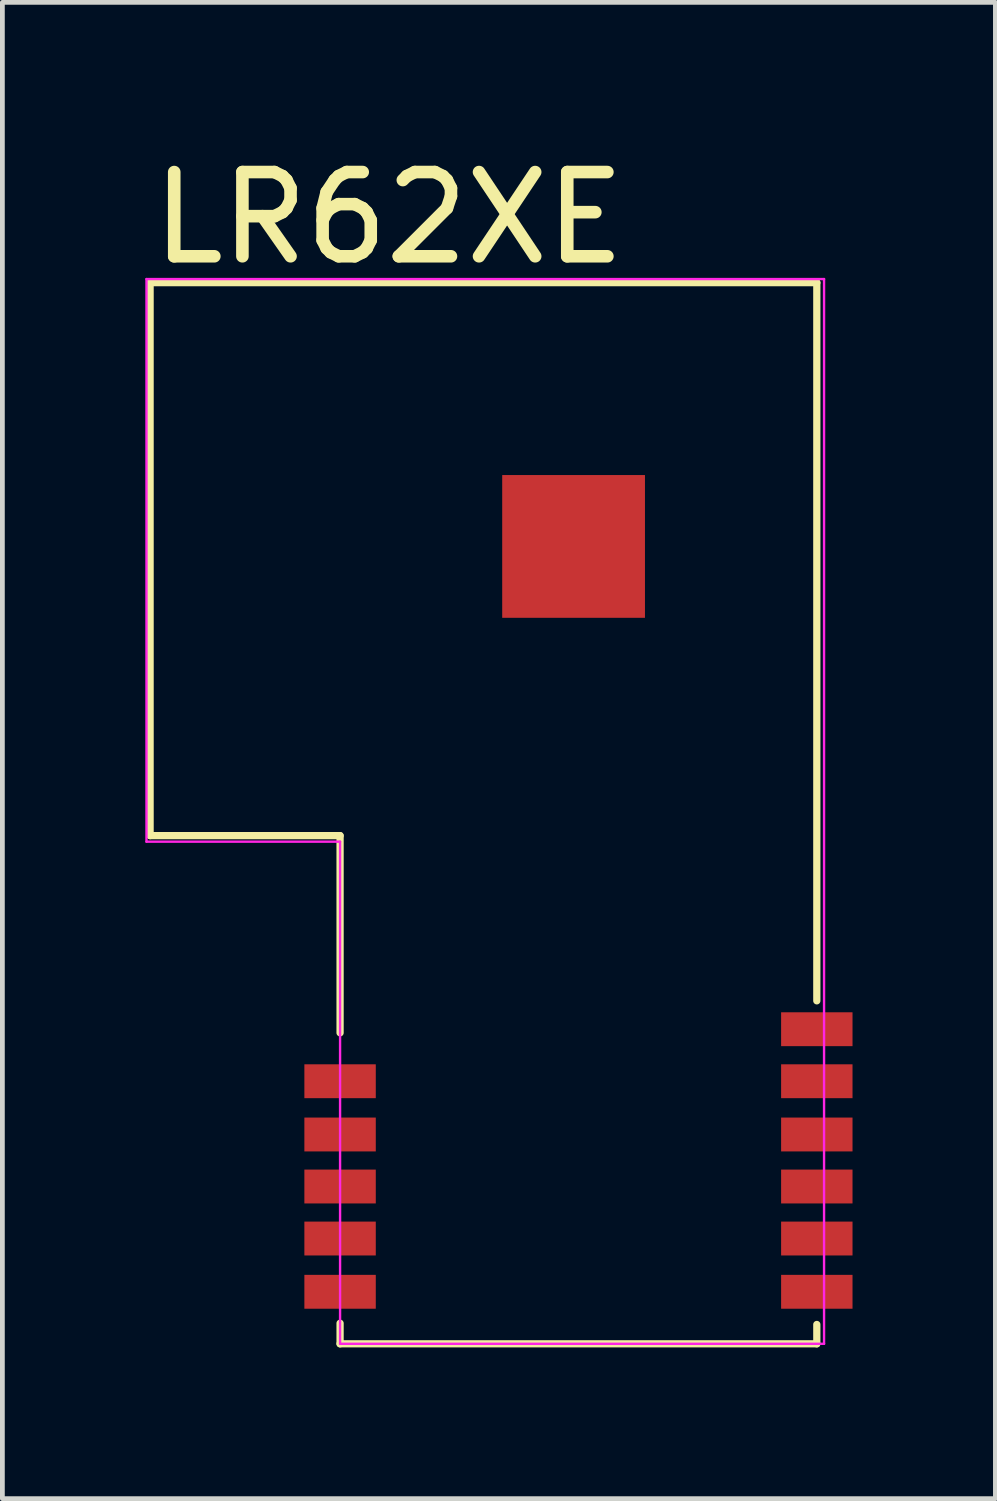
<source format=kicad_pcb>
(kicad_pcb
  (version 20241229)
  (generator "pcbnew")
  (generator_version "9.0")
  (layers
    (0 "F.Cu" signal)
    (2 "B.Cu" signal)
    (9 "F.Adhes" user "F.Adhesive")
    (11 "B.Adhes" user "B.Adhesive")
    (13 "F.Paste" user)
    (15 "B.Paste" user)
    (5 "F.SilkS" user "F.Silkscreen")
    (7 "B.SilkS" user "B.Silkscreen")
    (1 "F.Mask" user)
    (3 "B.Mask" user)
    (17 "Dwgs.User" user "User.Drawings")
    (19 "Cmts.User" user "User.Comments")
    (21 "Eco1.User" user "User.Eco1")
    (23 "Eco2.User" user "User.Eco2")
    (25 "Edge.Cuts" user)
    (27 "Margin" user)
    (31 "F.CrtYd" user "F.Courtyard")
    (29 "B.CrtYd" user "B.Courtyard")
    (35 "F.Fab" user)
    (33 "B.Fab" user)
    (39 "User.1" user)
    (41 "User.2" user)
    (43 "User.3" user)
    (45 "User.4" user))
  (footprint "LR62XE"
    (layer "F.Cu")
    (at 4.089 25.16)
    (property "Reference" "LR62XE" (at -4.076 -22.6 0) (unlocked yes) (layer "F.SilkS") (effects (font (size 1.768 1.768) (thickness 0.264)) (justify left bottom)))
    (fp_line (start -3.988 -22.276) (end 10.008 -22.276) (stroke (width 0.152) (type solid)) (layer "F.SilkS"))
    (fp_line (start -3.988 -10.668) (end -3.988 -22.276) (stroke (width 0.152) (type solid)) (layer "F.SilkS"))
    (fp_line (start -3.988 -10.668) (end 0 -10.668) (stroke (width 0.152) (type solid)) (layer "F.SilkS"))
    (fp_line (start 0 -6.528) (end 0 -10.668) (stroke (width 0.152) (type solid)) (layer "F.SilkS"))
    (fp_line (start 0 0) (end 0 -0.432) (stroke (width 0.152) (type solid)) (layer "F.SilkS"))
    (fp_line (start 0 0) (end 10.008 0) (stroke (width 0.152) (type solid)) (layer "F.SilkS"))
    (fp_line (start 10.008 -7.2) (end 10.008 -22.276) (stroke (width 0.152) (type solid)) (layer "F.SilkS"))
    (fp_line (start 10.008 0) (end 10.008 -0.406) (stroke (width 0.152) (type solid)) (layer "F.SilkS"))
    (fp_line (start -4.064 -22.352) (end -4.064 -10.541) (stroke (width 0.05) (type default)) (layer "F.CrtYd"))
    (fp_line (start -4.064 -10.541) (end 0 -10.541) (stroke (width 0.05) (type default)) (layer "F.CrtYd"))
    (fp_line (start 0 -10.541) (end 0 0) (stroke (width 0.05) (type default)) (layer "F.CrtYd"))
    (fp_line (start 0 0) (end 10.16 0) (stroke (width 0.05) (type default)) (layer "F.CrtYd"))
    (fp_line (start 10.16 -22.352) (end -4.064 -22.352) (stroke (width 0.05) (type default)) (layer "F.CrtYd"))
    (fp_line (start 10.16 0) (end 10.16 -22.352) (stroke (width 0.05) (type default)) (layer "F.CrtYd"))
    (pad "1" smd rect (at 0 -5.512) (size 1.499 0.711) (layers "F.Cu" "F.Mask" "F.Paste"))
    (pad "2" smd rect (at 0 -4.394) (size 1.499 0.711) (layers "F.Cu" "F.Mask" "F.Paste"))
    (pad "3" smd rect (at 0 -3.302) (size 1.499 0.711) (layers "F.Cu" "F.Mask" "F.Paste"))
    (pad "4" smd rect (at 0 -2.21) (size 1.499 0.711) (layers "F.Cu" "F.Mask" "F.Paste"))
    (pad "5" smd rect (at 0 -1.092) (size 1.499 0.711) (layers "F.Cu" "F.Mask" "F.Paste"))
    (pad "6" smd rect (at 10.008 -1.092) (size 1.499 0.711) (layers "F.Cu" "F.Mask" "F.Paste"))
    (pad "7" smd rect (at 10.008 -2.21) (size 1.499 0.711) (layers "F.Cu" "F.Mask" "F.Paste"))
    (pad "8" smd rect (at 10.008 -3.302) (size 1.499 0.711) (layers "F.Cu" "F.Mask" "F.Paste"))
    (pad "9" smd rect (at 10.008 -4.394) (size 1.499 0.711) (layers "F.Cu" "F.Mask" "F.Paste"))
    (pad "10" smd rect (at 10.008 -5.512) (size 1.499 0.711) (layers "F.Cu" "F.Mask" "F.Paste"))
    (pad "11" smd rect (at 10.008 -6.604) (size 1.499 0.711) (layers "F.Cu" "F.Mask" "F.Paste"))
    (pad "12" smd rect (at 4.902 -16.739) (size 2.997 2.997) (layers "F.Cu" "F.Mask" "F.Paste")))
  (gr_rect
    (start -3 -3)
    (end 17.846 28.41)
    (stroke (width 0.1) (type default))
    (fill no)
    (layer "Edge.Cuts")))
</source>
